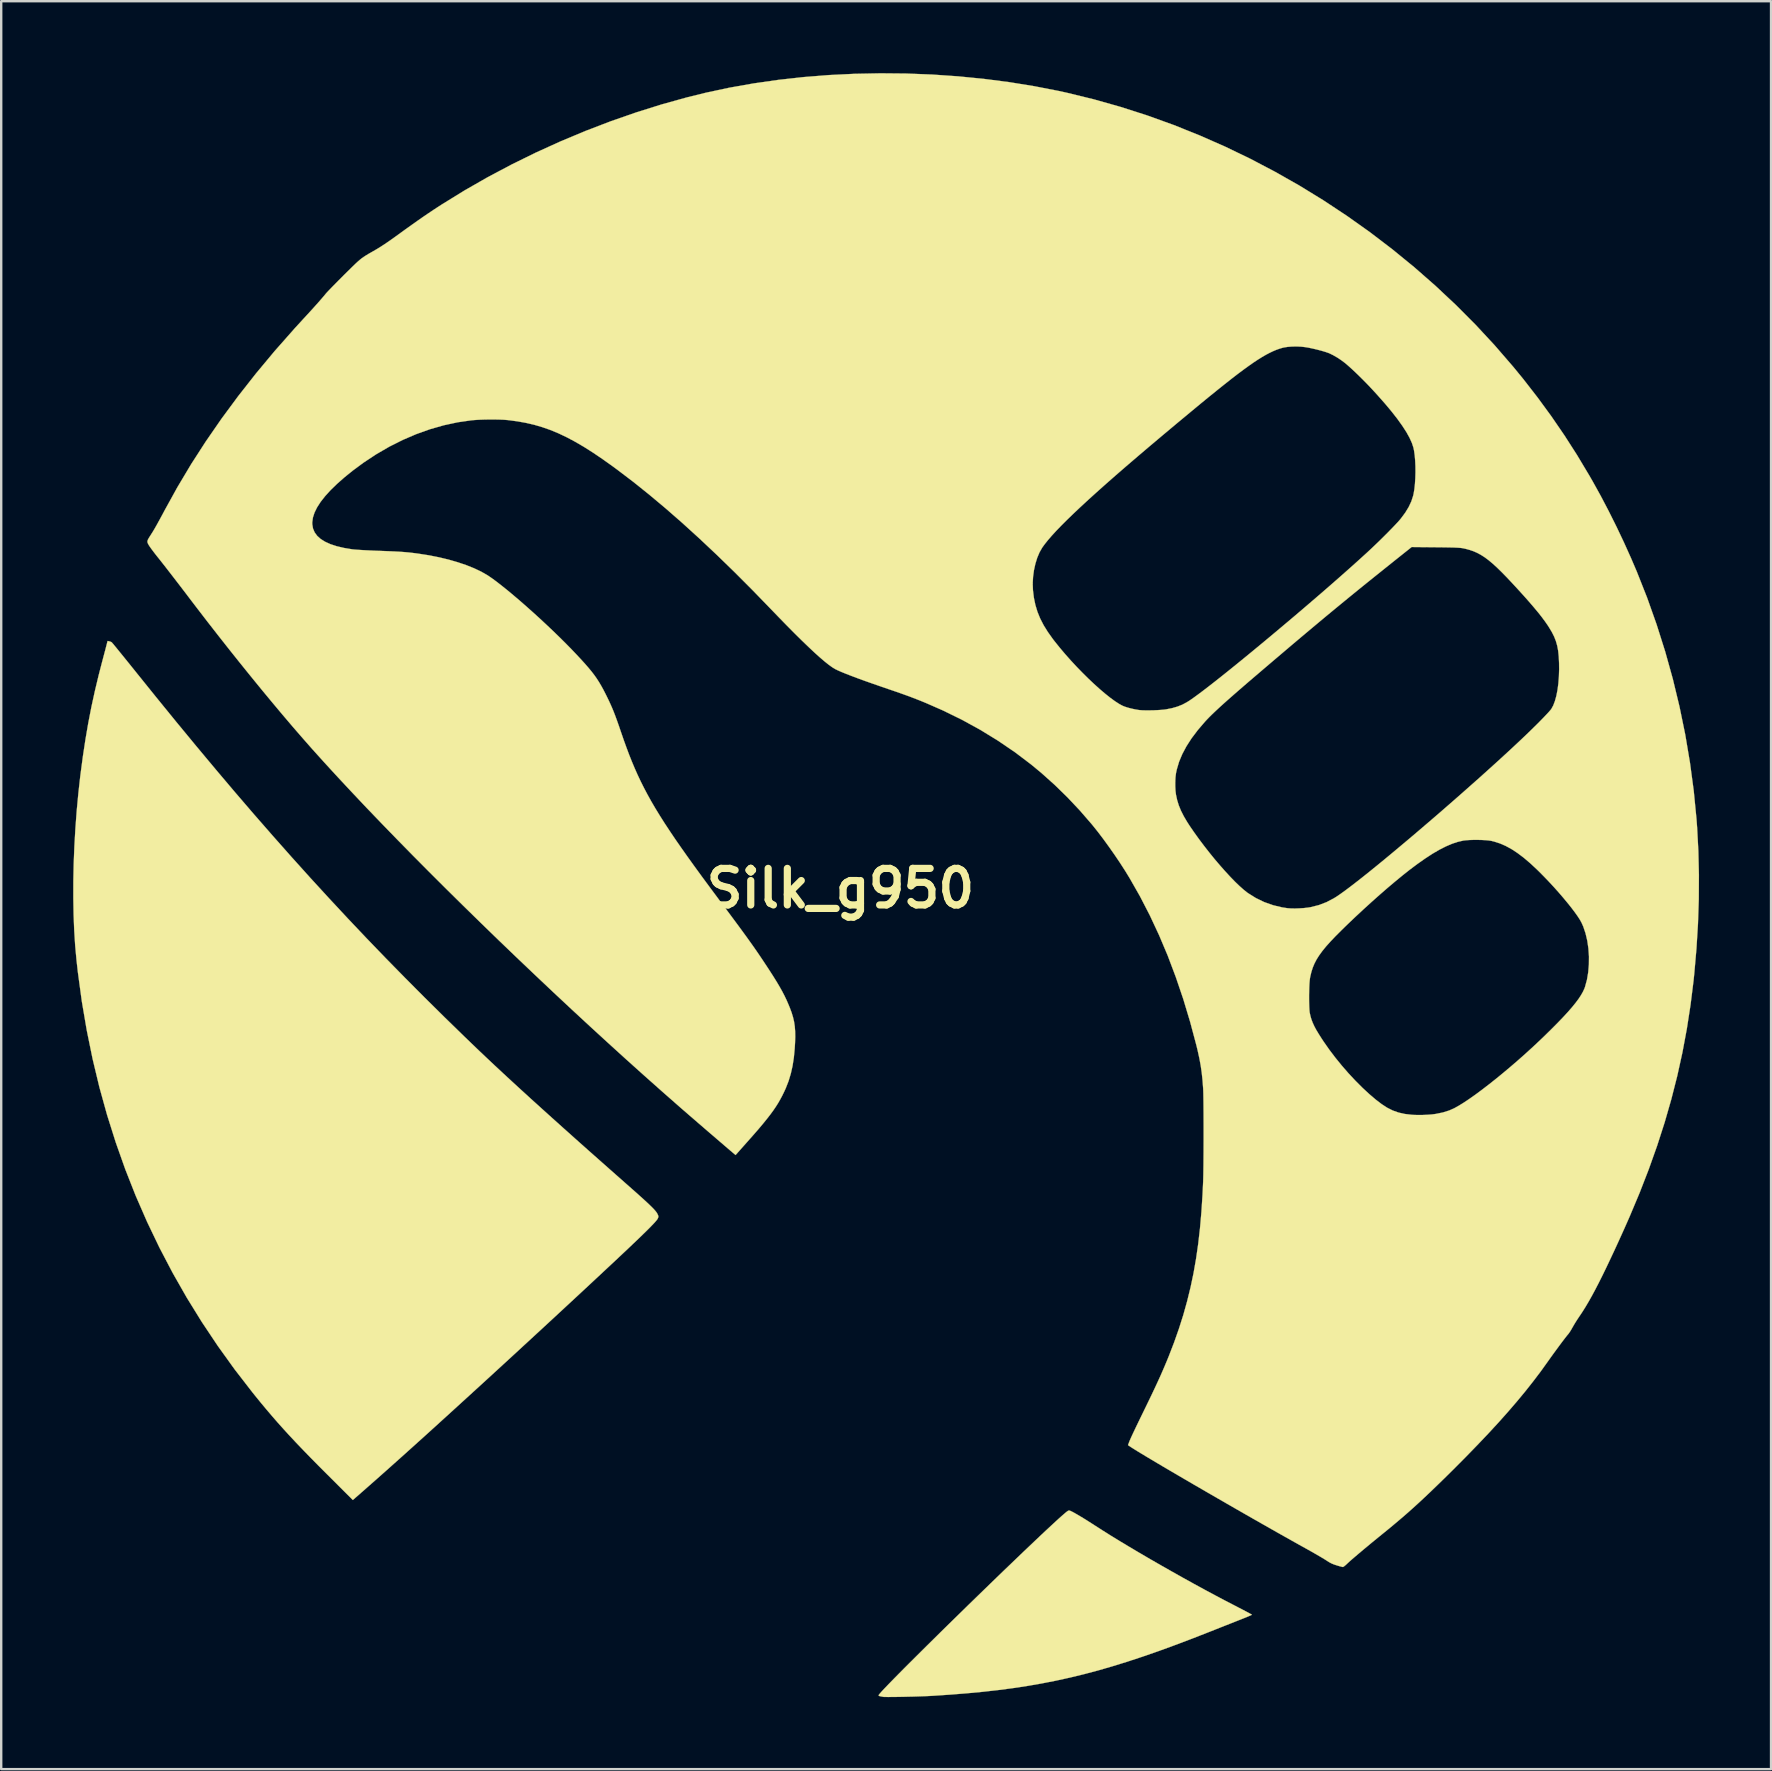
<source format=kicad_pcb>
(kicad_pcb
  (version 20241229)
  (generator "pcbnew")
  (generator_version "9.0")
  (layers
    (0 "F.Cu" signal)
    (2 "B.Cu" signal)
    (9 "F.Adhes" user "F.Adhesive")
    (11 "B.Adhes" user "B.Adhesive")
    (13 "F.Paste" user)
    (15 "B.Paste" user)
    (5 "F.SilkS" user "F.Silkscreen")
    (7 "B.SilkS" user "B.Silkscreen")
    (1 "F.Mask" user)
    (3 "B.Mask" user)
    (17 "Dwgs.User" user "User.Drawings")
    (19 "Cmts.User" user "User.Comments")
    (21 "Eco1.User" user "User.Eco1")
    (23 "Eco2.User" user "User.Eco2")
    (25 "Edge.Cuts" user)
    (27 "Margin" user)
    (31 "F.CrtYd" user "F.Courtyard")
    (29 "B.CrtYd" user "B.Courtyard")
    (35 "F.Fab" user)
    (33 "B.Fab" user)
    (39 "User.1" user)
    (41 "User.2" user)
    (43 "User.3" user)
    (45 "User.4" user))
  (footprint "F.Silk_g950"
    (layer "F.Cu")
    (at 30.955 33.969)
    (property "Reference" "F.Silk_g950" (at 0 0 0) (layer "F.SilkS") (effects (font (size 1.524 1.524) (thickness 0.3))))
    (attr through_hole)
    (fp_poly (pts (xy 10.568 25.927) (xy 10.583 25.932) (xy 10.643 25.959) (xy 10.734 26.006) (xy 10.85 26.072) (xy 10.989 26.153) (xy 11.144 26.247) (xy 11.311 26.351) (xy 11.487 26.463) (xy 11.609 26.542) (xy 11.924 26.744) (xy 12.272 26.963) (xy 12.65 27.195) (xy 13.053 27.437) (xy 13.476 27.688) (xy 13.915 27.945) (xy 14.366 28.204) (xy 14.825 28.465) (xy 15.286 28.724) (xy 15.746 28.979) (xy 16.201 29.227) (xy 16.645 29.465) (xy 17.074 29.692) (xy 17.434 29.878) (xy 17.595 29.962) (xy 17.744 30.039) (xy 17.877 30.109) (xy 17.989 30.168) (xy 18.076 30.215) (xy 18.134 30.248) (xy 18.16 30.264) (xy 18.161 30.265) (xy 18.142 30.277) (xy 18.089 30.301) (xy 18.009 30.336) (xy 17.905 30.379) (xy 17.784 30.427) (xy 17.722 30.452) (xy 17.605 30.498) (xy 17.456 30.557) (xy 17.281 30.626) (xy 17.088 30.702) (xy 16.883 30.783) (xy 16.674 30.866) (xy 16.468 30.948) (xy 16.394 30.977) (xy 15.655 31.266) (xy 14.949 31.533) (xy 14.27 31.781) (xy 13.617 32.008) (xy 12.984 32.217) (xy 12.367 32.408) (xy 11.764 32.583) (xy 11.169 32.741) (xy 10.58 32.884) (xy 9.992 33.013) (xy 9.401 33.129) (xy 8.803 33.233) (xy 8.196 33.325) (xy 7.574 33.406) (xy 6.934 33.478) (xy 6.272 33.54) (xy 5.584 33.595) (xy 4.866 33.643) (xy 4.826 33.645) (xy 4.704 33.652) (xy 4.559 33.658) (xy 4.395 33.664) (xy 4.216 33.67) (xy 4.029 33.676) (xy 3.839 33.68) (xy 3.65 33.685) (xy 3.467 33.688) (xy 3.296 33.691) (xy 3.142 33.692) (xy 3.01 33.693) (xy 2.904 33.692) (xy 2.831 33.691) (xy 2.794 33.687) (xy 2.794 33.687) (xy 2.753 33.678) (xy 2.693 33.668) (xy 2.683 33.666) (xy 2.629 33.65) (xy 2.604 33.628) (xy 2.603 33.624) (xy 2.619 33.598) (xy 2.663 33.544) (xy 2.734 33.463) (xy 2.832 33.358) (xy 2.954 33.23) (xy 3.099 33.08) (xy 3.265 32.91) (xy 3.45 32.722) (xy 3.654 32.516) (xy 3.875 32.295) (xy 4.111 32.06) (xy 4.36 31.812) (xy 4.621 31.553) (xy 4.893 31.285) (xy 5.173 31.008) (xy 5.461 30.725) (xy 5.754 30.438) (xy 6.052 30.147) (xy 6.352 29.853) (xy 6.653 29.56) (xy 6.954 29.268) (xy 7.253 28.978) (xy 7.548 28.692) (xy 7.838 28.412) (xy 8.122 28.14) (xy 8.397 27.876) (xy 8.662 27.622) (xy 8.917 27.38) (xy 9.158 27.151) (xy 9.384 26.937) (xy 9.595 26.739) (xy 9.788 26.56) (xy 9.962 26.399) (xy 10.115 26.259) (xy 10.246 26.142) (xy 10.354 26.049) (xy 10.394 26.014) (xy 10.459 25.962) (xy 10.503 25.933) (xy 10.536 25.923) (xy 10.568 25.927)) (stroke (width 0.01) (type solid)) (fill yes) (layer "F.SilkS"))
    (fp_poly (pts (xy -29.456 -10.297) (xy -29.397 -10.279) (xy -29.354 -10.259) (xy -29.335 -10.238) (xy -29.292 -10.188) (xy -29.227 -10.109) (xy -29.142 -10.006) (xy -29.04 -9.88) (xy -28.922 -9.735) (xy -28.791 -9.573) (xy -28.648 -9.396) (xy -28.497 -9.208) (xy -28.369 -9.049) (xy -27.506 -7.977) (xy -26.662 -6.94) (xy -25.833 -5.935) (xy -25.018 -4.959) (xy -24.215 -4.01) (xy -23.421 -3.086) (xy -22.633 -2.184) (xy -21.851 -1.301) (xy -21.071 -0.435) (xy -20.291 0.416) (xy -19.509 1.256) (xy -18.723 2.086) (xy -17.93 2.909) (xy -17.128 3.727) (xy -16.315 4.544) (xy -15.489 5.361) (xy -14.647 6.181) (xy -14.35 6.467) (xy -14.045 6.76) (xy -13.726 7.062) (xy -13.393 7.376) (xy -13.043 7.702) (xy -12.675 8.042) (xy -12.289 8.396) (xy -11.882 8.768) (xy -11.453 9.156) (xy -11.002 9.563) (xy -10.525 9.991) (xy -10.023 10.44) (xy -9.494 10.911) (xy -8.935 11.406) (xy -8.347 11.926) (xy -7.938 12.287) (xy -7.699 12.498) (xy -7.491 12.682) (xy -7.311 12.844) (xy -7.157 12.983) (xy -7.027 13.103) (xy -6.919 13.206) (xy -6.83 13.293) (xy -6.759 13.366) (xy -6.704 13.428) (xy -6.662 13.48) (xy -6.631 13.525) (xy -6.613 13.558) (xy -6.583 13.622) (xy -6.571 13.665) (xy -6.575 13.702) (xy -6.593 13.749) (xy -6.611 13.782) (xy -6.645 13.828) (xy -6.695 13.887) (xy -6.763 13.962) (xy -6.85 14.053) (xy -6.956 14.162) (xy -7.083 14.288) (xy -7.233 14.434) (xy -7.405 14.601) (xy -7.602 14.788) (xy -7.823 14.999) (xy -8.072 15.233) (xy -8.347 15.492) (xy -8.652 15.777) (xy -8.986 16.089) (xy -9.155 16.246) (xy -9.779 16.827) (xy -10.4 17.403) (xy -11.017 17.975) (xy -11.628 18.539) (xy -12.231 19.095) (xy -12.824 19.641) (xy -13.407 20.176) (xy -13.977 20.698) (xy -14.533 21.206) (xy -15.073 21.698) (xy -15.595 22.173) (xy -16.098 22.63) (xy -16.581 23.066) (xy -17.042 23.481) (xy -17.478 23.872) (xy -17.889 24.239) (xy -18.273 24.58) (xy -18.629 24.894) (xy -18.694 24.951) (xy -19.302 25.485) (xy -20.379 24.41) (xy -20.737 24.052) (xy -21.067 23.717) (xy -21.373 23.402) (xy -21.658 23.104) (xy -21.926 22.818) (xy -22.18 22.54) (xy -22.425 22.267) (xy -22.663 21.993) (xy -22.899 21.716) (xy -23.136 21.431) (xy -23.377 21.135) (xy -23.488 20.997) (xy -24.228 20.04) (xy -24.93 19.063) (xy -25.595 18.067) (xy -26.222 17.053) (xy -26.811 16.019) (xy -27.361 14.968) (xy -27.874 13.898) (xy -28.349 12.81) (xy -28.785 11.704) (xy -29.183 10.58) (xy -29.543 9.439) (xy -29.864 8.281) (xy -30.146 7.105) (xy -30.39 5.912) (xy -30.596 4.703) (xy -30.762 3.477) (xy -30.817 2.985) (xy -30.872 2.388) (xy -30.912 1.756) (xy -30.938 1.094) (xy -30.95 0.407) (xy -30.949 -0.301) (xy -30.934 -1.023) (xy -30.905 -1.757) (xy -30.863 -2.495) (xy -30.808 -3.235) (xy -30.739 -3.97) (xy -30.658 -4.696) (xy -30.648 -4.773) (xy -30.55 -5.51) (xy -30.443 -6.214) (xy -30.326 -6.895) (xy -30.196 -7.563) (xy -30.051 -8.227) (xy -29.891 -8.895) (xy -29.761 -9.398) (xy -29.719 -9.556) (xy -29.678 -9.711) (xy -29.64 -9.855) (xy -29.607 -9.979) (xy -29.582 -10.077) (xy -29.567 -10.135) (xy -29.522 -10.31) (xy -29.456 -10.297)) (stroke (width 0.01) (type solid)) (fill yes) (layer "F.SilkS"))
    (fp_poly (pts (xy 3.763 -33.954) (xy 4.842 -33.912) (xy 5.917 -33.838) (xy 6.984 -33.733) (xy 8.04 -33.597) (xy 9.081 -33.429) (xy 10.103 -33.23) (xy 10.446 -33.155) (xy 11.572 -32.88) (xy 12.69 -32.564) (xy 13.797 -32.209) (xy 14.893 -31.814) (xy 15.975 -31.38) (xy 17.043 -30.91) (xy 18.096 -30.402) (xy 19.132 -29.858) (xy 20.15 -29.28) (xy 21.148 -28.667) (xy 22.126 -28.02) (xy 23.082 -27.341) (xy 24.014 -26.63) (xy 24.922 -25.888) (xy 25.804 -25.115) (xy 26.659 -24.313) (xy 27.485 -23.483) (xy 28.282 -22.624) (xy 29.047 -21.739) (xy 29.455 -21.241) (xy 30.063 -20.459) (xy 30.638 -19.673) (xy 31.185 -18.875) (xy 31.71 -18.056) (xy 32.219 -17.206) (xy 32.37 -16.944) (xy 32.699 -16.35) (xy 33.027 -15.724) (xy 33.35 -15.077) (xy 33.662 -14.42) (xy 33.958 -13.763) (xy 34.195 -13.21) (xy 34.629 -12.113) (xy 35.024 -10.999) (xy 35.382 -9.869) (xy 35.7 -8.727) (xy 35.978 -7.574) (xy 36.217 -6.412) (xy 36.414 -5.243) (xy 36.571 -4.071) (xy 36.686 -2.896) (xy 36.713 -2.529) (xy 36.764 -1.559) (xy 36.787 -0.564) (xy 36.782 0.449) (xy 36.748 1.475) (xy 36.685 2.507) (xy 36.595 3.539) (xy 36.564 3.842) (xy 36.438 4.854) (xy 36.284 5.851) (xy 36.1 6.835) (xy 35.885 7.811) (xy 35.638 8.782) (xy 35.359 9.752) (xy 35.046 10.723) (xy 34.698 11.701) (xy 34.315 12.688) (xy 33.895 13.687) (xy 33.676 14.182) (xy 33.466 14.646) (xy 33.27 15.073) (xy 33.086 15.465) (xy 32.915 15.825) (xy 32.755 16.153) (xy 32.604 16.454) (xy 32.461 16.729) (xy 32.326 16.98) (xy 32.197 17.209) (xy 32.073 17.419) (xy 31.953 17.612) (xy 31.835 17.791) (xy 31.799 17.843) (xy 31.724 17.955) (xy 31.646 18.078) (xy 31.575 18.196) (xy 31.521 18.29) (xy 31.469 18.382) (xy 31.416 18.468) (xy 31.37 18.536) (xy 31.347 18.565) (xy 31.303 18.617) (xy 31.238 18.699) (xy 31.156 18.805) (xy 31.061 18.931) (xy 30.957 19.071) (xy 30.846 19.222) (xy 30.733 19.376) (xy 30.621 19.531) (xy 30.515 19.68) (xy 30.459 19.759) (xy 30.175 20.154) (xy 29.871 20.554) (xy 29.547 20.963) (xy 29.2 21.382) (xy 28.829 21.813) (xy 28.432 22.258) (xy 28.008 22.718) (xy 27.553 23.197) (xy 27.068 23.696) (xy 26.55 24.217) (xy 26.487 24.279) (xy 26.165 24.597) (xy 25.866 24.888) (xy 25.588 25.156) (xy 25.324 25.405) (xy 25.072 25.639) (xy 24.825 25.863) (xy 24.58 26.08) (xy 24.331 26.294) (xy 24.076 26.509) (xy 23.808 26.731) (xy 23.558 26.934) (xy 23.363 27.093) (xy 23.168 27.252) (xy 22.979 27.409) (xy 22.798 27.559) (xy 22.63 27.701) (xy 22.478 27.83) (xy 22.346 27.943) (xy 22.238 28.038) (xy 22.158 28.111) (xy 22.132 28.136) (xy 22.066 28.197) (xy 22.007 28.245) (xy 21.965 28.273) (xy 21.952 28.277) (xy 21.919 28.271) (xy 21.855 28.254) (xy 21.77 28.231) (xy 21.695 28.208) (xy 21.576 28.169) (xy 21.476 28.127) (xy 21.378 28.075) (xy 21.266 28.003) (xy 21.261 28) (xy 21.192 27.956) (xy 21.091 27.895) (xy 20.966 27.821) (xy 20.821 27.737) (xy 20.664 27.647) (xy 20.5 27.555) (xy 20.384 27.49) (xy 20.12 27.344) (xy 19.837 27.185) (xy 19.536 27.016) (xy 19.22 26.838) (xy 18.891 26.651) (xy 18.551 26.458) (xy 18.203 26.26) (xy 17.849 26.057) (xy 17.491 25.852) (xy 17.132 25.646) (xy 16.774 25.439) (xy 16.419 25.234) (xy 16.069 25.031) (xy 15.727 24.833) (xy 15.395 24.639) (xy 15.076 24.453) (xy 14.771 24.274) (xy 14.483 24.105) (xy 14.215 23.946) (xy 13.968 23.799) (xy 13.745 23.666) (xy 13.548 23.547) (xy 13.379 23.444) (xy 13.241 23.359) (xy 13.137 23.292) (xy 13.087 23.259) (xy 12.998 23.198) (xy 13.027 23.119) (xy 13.048 23.063) (xy 13.077 22.992) (xy 13.116 22.903) (xy 13.166 22.794) (xy 13.228 22.661) (xy 13.304 22.502) (xy 13.394 22.314) (xy 13.5 22.095) (xy 13.624 21.841) (xy 13.675 21.736) (xy 13.839 21.399) (xy 13.986 21.094) (xy 14.117 20.817) (xy 14.235 20.563) (xy 14.343 20.327) (xy 14.441 20.104) (xy 14.533 19.89) (xy 14.621 19.68) (xy 14.697 19.494) (xy 14.92 18.916) (xy 15.121 18.344) (xy 15.302 17.774) (xy 15.462 17.202) (xy 15.604 16.624) (xy 15.728 16.035) (xy 15.834 15.431) (xy 15.924 14.807) (xy 15.998 14.159) (xy 16.057 13.482) (xy 16.103 12.773) (xy 16.129 12.224) (xy 16.133 12.087) (xy 16.137 11.917) (xy 16.14 11.719) (xy 16.143 11.496) (xy 16.145 11.254) (xy 16.147 10.996) (xy 16.148 10.727) (xy 16.149 10.452) (xy 16.149 10.175) (xy 16.149 9.9) (xy 16.148 9.632) (xy 16.147 9.375) (xy 16.145 9.134) (xy 16.143 8.913) (xy 16.14 8.717) (xy 16.137 8.549) (xy 16.133 8.415) (xy 16.128 8.319) (xy 16.128 8.319) (xy 16.103 7.988) (xy 16.07 7.679) (xy 16.027 7.38) (xy 15.971 7.078) (xy 15.901 6.758) (xy 15.851 6.551) (xy 15.588 5.564) (xy 15.304 4.622) (xy 20.543 4.622) (xy 20.545 4.788) (xy 20.55 4.938) (xy 20.557 5.065) (xy 20.566 5.16) (xy 20.571 5.186) (xy 20.602 5.326) (xy 20.642 5.461) (xy 20.693 5.596) (xy 20.758 5.738) (xy 20.84 5.892) (xy 20.943 6.063) (xy 21.067 6.259) (xy 21.148 6.382) (xy 21.381 6.715) (xy 21.635 7.05) (xy 21.904 7.381) (xy 22.185 7.704) (xy 22.472 8.012) (xy 22.761 8.302) (xy 23.047 8.567) (xy 23.325 8.804) (xy 23.569 8.99) (xy 23.798 9.139) (xy 24.03 9.255) (xy 24.273 9.341) (xy 24.533 9.399) (xy 24.821 9.433) (xy 24.903 9.438) (xy 25.084 9.443) (xy 25.279 9.441) (xy 25.474 9.433) (xy 25.656 9.419) (xy 25.81 9.399) (xy 25.813 9.399) (xy 26.116 9.337) (xy 26.384 9.253) (xy 26.593 9.16) (xy 26.778 9.057) (xy 26.99 8.926) (xy 27.225 8.769) (xy 27.48 8.589) (xy 27.752 8.387) (xy 28.038 8.167) (xy 28.336 7.931) (xy 28.641 7.681) (xy 28.951 7.42) (xy 29.264 7.15) (xy 29.575 6.874) (xy 29.883 6.593) (xy 30.183 6.311) (xy 30.352 6.149) (xy 30.642 5.864) (xy 30.901 5.603) (xy 31.13 5.365) (xy 31.33 5.148) (xy 31.503 4.949) (xy 31.65 4.768) (xy 31.774 4.602) (xy 31.874 4.449) (xy 31.954 4.308) (xy 32.015 4.177) (xy 32.042 4.102) (xy 32.122 3.809) (xy 32.175 3.495) (xy 32.203 3.168) (xy 32.206 2.835) (xy 32.183 2.503) (xy 32.136 2.181) (xy 32.064 1.874) (xy 31.969 1.591) (xy 31.897 1.429) (xy 31.828 1.304) (xy 31.731 1.155) (xy 31.609 0.984) (xy 31.466 0.795) (xy 31.304 0.593) (xy 31.127 0.38) (xy 30.938 0.161) (xy 30.74 -0.061) (xy 30.536 -0.281) (xy 30.329 -0.497) (xy 30.123 -0.705) (xy 30.038 -0.788) (xy 29.754 -1.052) (xy 29.485 -1.281) (xy 29.227 -1.475) (xy 28.979 -1.638) (xy 28.736 -1.77) (xy 28.496 -1.874) (xy 28.254 -1.952) (xy 28.131 -1.982) (xy 28.029 -1.998) (xy 27.895 -2.01) (xy 27.739 -2.018) (xy 27.571 -2.022) (xy 27.401 -2.022) (xy 27.239 -2.017) (xy 27.096 -2.008) (xy 26.981 -1.995) (xy 26.966 -1.992) (xy 26.737 -1.939) (xy 26.497 -1.859) (xy 26.243 -1.75) (xy 25.973 -1.613) (xy 25.687 -1.446) (xy 25.381 -1.247) (xy 25.053 -1.016) (xy 24.733 -0.776) (xy 24.45 -0.552) (xy 24.144 -0.301) (xy 23.821 -0.028) (xy 23.485 0.264) (xy 23.141 0.57) (xy 22.795 0.885) (xy 22.452 1.205) (xy 22.116 1.525) (xy 21.88 1.756) (xy 21.638 1.998) (xy 21.428 2.22) (xy 21.246 2.423) (xy 21.092 2.613) (xy 20.962 2.792) (xy 20.854 2.964) (xy 20.766 3.133) (xy 20.696 3.303) (xy 20.64 3.477) (xy 20.596 3.659) (xy 20.58 3.746) (xy 20.568 3.839) (xy 20.558 3.963) (xy 20.551 4.111) (xy 20.546 4.276) (xy 20.543 4.449) (xy 20.543 4.622) (xy 15.304 4.622) (xy 15.301 4.611) (xy 14.989 3.692) (xy 14.654 2.804) (xy 14.292 1.947) (xy 13.906 1.12) (xy 13.493 0.321) (xy 13.069 -0.423) (xy 12.877 -0.737) (xy 12.664 -1.067) (xy 12.436 -1.405) (xy 12.2 -1.741) (xy 11.963 -2.067) (xy 11.73 -2.373) (xy 11.508 -2.65) (xy 11.489 -2.673) (xy 10.996 -3.242) (xy 10.478 -3.792) (xy 10.006 -4.253) (xy 14.967 -4.253) (xy 14.977 -4.066) (xy 14.997 -3.904) (xy 14.998 -3.903) (xy 15.046 -3.679) (xy 15.114 -3.46) (xy 15.204 -3.24) (xy 15.32 -3.011) (xy 15.464 -2.766) (xy 15.568 -2.605) (xy 15.756 -2.331) (xy 15.956 -2.053) (xy 16.166 -1.774) (xy 16.382 -1.498) (xy 16.601 -1.228) (xy 16.821 -0.969) (xy 17.038 -0.723) (xy 17.249 -0.494) (xy 17.45 -0.286) (xy 17.64 -0.103) (xy 17.814 0.052) (xy 17.969 0.176) (xy 17.999 0.197) (xy 18.325 0.401) (xy 18.672 0.569) (xy 19.036 0.699) (xy 19.415 0.79) (xy 19.643 0.825) (xy 19.784 0.835) (xy 19.953 0.838) (xy 20.136 0.832) (xy 20.32 0.82) (xy 20.491 0.801) (xy 20.603 0.783) (xy 20.944 0.697) (xy 21.268 0.574) (xy 21.578 0.411) (xy 21.695 0.338) (xy 21.854 0.229) (xy 22.043 0.093) (xy 22.258 -0.068) (xy 22.498 -0.253) (xy 22.761 -0.459) (xy 23.044 -0.685) (xy 23.345 -0.929) (xy 23.663 -1.189) (xy 23.995 -1.464) (xy 24.339 -1.752) (xy 24.694 -2.05) (xy 25.056 -2.357) (xy 25.424 -2.672) (xy 25.796 -2.991) (xy 26.17 -3.315) (xy 26.543 -3.64) (xy 26.913 -3.965) (xy 27.279 -4.289) (xy 27.639 -4.608) (xy 27.989 -4.923) (xy 28.329 -5.23) (xy 28.655 -5.528) (xy 28.967 -5.815) (xy 29.261 -6.09) (xy 29.536 -6.35) (xy 29.79 -6.595) (xy 30.02 -6.821) (xy 30.078 -6.878) (xy 30.199 -7.001) (xy 30.315 -7.12) (xy 30.419 -7.23) (xy 30.509 -7.326) (xy 30.579 -7.405) (xy 30.625 -7.46) (xy 30.636 -7.475) (xy 30.716 -7.62) (xy 30.786 -7.803) (xy 30.846 -8.018) (xy 30.894 -8.263) (xy 30.93 -8.532) (xy 30.953 -8.822) (xy 30.963 -9.129) (xy 30.96 -9.397) (xy 30.947 -9.664) (xy 30.923 -9.898) (xy 30.884 -10.108) (xy 30.829 -10.303) (xy 30.755 -10.492) (xy 30.658 -10.684) (xy 30.536 -10.887) (xy 30.486 -10.965) (xy 30.374 -11.126) (xy 30.242 -11.304) (xy 30.088 -11.499) (xy 29.909 -11.714) (xy 29.705 -11.951) (xy 29.474 -12.212) (xy 29.214 -12.498) (xy 29.028 -12.699) (xy 28.79 -12.953) (xy 28.573 -13.175) (xy 28.376 -13.368) (xy 28.194 -13.534) (xy 28.024 -13.676) (xy 27.863 -13.796) (xy 27.707 -13.896) (xy 27.554 -13.979) (xy 27.4 -14.047) (xy 27.241 -14.102) (xy 27.075 -14.148) (xy 26.955 -14.174) (xy 26.906 -14.182) (xy 26.845 -14.189) (xy 26.77 -14.195) (xy 26.676 -14.2) (xy 26.559 -14.205) (xy 26.416 -14.208) (xy 26.242 -14.211) (xy 26.033 -14.214) (xy 25.802 -14.216) (xy 24.818 -14.225) (xy 24.532 -13.998) (xy 24.098 -13.652) (xy 23.692 -13.327) (xy 23.308 -13.019) (xy 22.942 -12.725) (xy 22.591 -12.441) (xy 22.25 -12.163) (xy 21.914 -11.888) (xy 21.58 -11.613) (xy 21.243 -11.334) (xy 20.899 -11.047) (xy 20.544 -10.75) (xy 20.173 -10.438) (xy 19.782 -10.108) (xy 19.368 -9.756) (xy 18.997 -9.441) (xy 18.651 -9.146) (xy 18.335 -8.876) (xy 18.048 -8.631) (xy 17.788 -8.407) (xy 17.554 -8.204) (xy 17.344 -8.02) (xy 17.155 -7.854) (xy 16.986 -7.703) (xy 16.835 -7.566) (xy 16.701 -7.442) (xy 16.581 -7.329) (xy 16.474 -7.226) (xy 16.378 -7.13) (xy 16.291 -7.04) (xy 16.212 -6.955) (xy 16.196 -6.937) (xy 15.901 -6.592) (xy 15.646 -6.254) (xy 15.433 -5.923) (xy 15.26 -5.598) (xy 15.126 -5.278) (xy 15.032 -4.962) (xy 14.997 -4.797) (xy 14.977 -4.635) (xy 14.967 -4.448) (xy 14.967 -4.253) (xy 10.006 -4.253) (xy 9.941 -4.316) (xy 9.392 -4.808) (xy 8.967 -5.16) (xy 8.29 -5.673) (xy 7.583 -6.154) (xy 6.848 -6.605) (xy 6.084 -7.025) (xy 5.292 -7.413) (xy 4.604 -7.715) (xy 4.395 -7.802) (xy 4.193 -7.882) (xy 3.991 -7.96) (xy 3.781 -8.038) (xy 3.555 -8.119) (xy 3.304 -8.207) (xy 3.031 -8.3) (xy 2.665 -8.426) (xy 2.323 -8.545) (xy 2.009 -8.656) (xy 1.724 -8.76) (xy 1.47 -8.856) (xy 1.248 -8.942) (xy 1.061 -9.018) (xy 0.911 -9.084) (xy 0.802 -9.137) (xy 0.682 -9.209) (xy 0.535 -9.314) (xy 0.363 -9.451) (xy 0.164 -9.621) (xy -0.061 -9.823) (xy -0.311 -10.058) (xy -0.587 -10.324) (xy -0.889 -10.622) (xy -1.216 -10.952) (xy -1.568 -11.313) (xy -1.864 -11.62) (xy -2.636 -12.417) (xy -2.924 -12.706) (xy 9.027 -12.706) (xy 9.037 -12.435) (xy 9.037 -12.431) (xy 9.075 -12.115) (xy 9.137 -11.817) (xy 9.223 -11.53) (xy 9.337 -11.249) (xy 9.481 -10.969) (xy 9.658 -10.684) (xy 9.869 -10.387) (xy 9.942 -10.293) (xy 10.154 -10.029) (xy 10.379 -9.763) (xy 10.614 -9.498) (xy 10.855 -9.238) (xy 11.1 -8.986) (xy 11.344 -8.744) (xy 11.586 -8.516) (xy 11.821 -8.304) (xy 12.047 -8.112) (xy 12.26 -7.942) (xy 12.458 -7.798) (xy 12.636 -7.683) (xy 12.766 -7.613) (xy 12.863 -7.573) (xy 12.991 -7.532) (xy 13.136 -7.494) (xy 13.287 -7.461) (xy 13.433 -7.436) (xy 13.473 -7.431) (xy 13.584 -7.422) (xy 13.726 -7.418) (xy 13.889 -7.418) (xy 14.061 -7.421) (xy 14.231 -7.429) (xy 14.389 -7.439) (xy 14.522 -7.452) (xy 14.584 -7.461) (xy 14.836 -7.511) (xy 15.057 -7.575) (xy 15.259 -7.655) (xy 15.45 -7.757) (xy 15.57 -7.832) (xy 15.723 -7.939) (xy 15.906 -8.072) (xy 16.117 -8.23) (xy 16.352 -8.41) (xy 16.61 -8.611) (xy 16.888 -8.831) (xy 17.186 -9.069) (xy 17.499 -9.322) (xy 17.826 -9.588) (xy 18.166 -9.867) (xy 18.515 -10.155) (xy 18.871 -10.451) (xy 19.233 -10.754) (xy 19.598 -11.061) (xy 19.964 -11.37) (xy 20.329 -11.681) (xy 20.69 -11.991) (xy 21.046 -12.297) (xy 21.394 -12.599) (xy 21.732 -12.895) (xy 22.057 -13.182) (xy 22.369 -13.459) (xy 22.664 -13.725) (xy 22.94 -13.976) (xy 22.966 -14) (xy 23.132 -14.154) (xy 23.304 -14.318) (xy 23.478 -14.485) (xy 23.649 -14.654) (xy 23.813 -14.818) (xy 23.966 -14.974) (xy 24.104 -15.118) (xy 24.223 -15.244) (xy 24.317 -15.35) (xy 24.369 -15.412) (xy 24.551 -15.657) (xy 24.695 -15.894) (xy 24.804 -16.127) (xy 24.88 -16.361) (xy 24.9 -16.449) (xy 24.932 -16.641) (xy 24.955 -16.859) (xy 24.97 -17.095) (xy 24.977 -17.341) (xy 24.975 -17.587) (xy 24.964 -17.825) (xy 24.945 -18.045) (xy 24.918 -18.239) (xy 24.892 -18.365) (xy 24.828 -18.56) (xy 24.729 -18.778) (xy 24.596 -19.018) (xy 24.426 -19.28) (xy 24.222 -19.565) (xy 23.982 -19.872) (xy 23.707 -20.201) (xy 23.396 -20.553) (xy 23.128 -20.845) (xy 22.974 -21.007) (xy 22.81 -21.174) (xy 22.643 -21.34) (xy 22.479 -21.499) (xy 22.323 -21.645) (xy 22.182 -21.772) (xy 22.062 -21.876) (xy 22.038 -21.895) (xy 21.882 -22.012) (xy 21.714 -22.123) (xy 21.547 -22.219) (xy 21.392 -22.295) (xy 21.35 -22.312) (xy 21.222 -22.356) (xy 21.064 -22.403) (xy 20.887 -22.45) (xy 20.704 -22.493) (xy 20.525 -22.531) (xy 20.389 -22.554) (xy 20.214 -22.574) (xy 20.024 -22.582) (xy 19.833 -22.579) (xy 19.651 -22.565) (xy 19.493 -22.54) (xy 19.428 -22.524) (xy 19.301 -22.486) (xy 19.171 -22.439) (xy 19.036 -22.382) (xy 18.894 -22.314) (xy 18.744 -22.235) (xy 18.584 -22.142) (xy 18.412 -22.035) (xy 18.226 -21.912) (xy 18.025 -21.771) (xy 17.807 -21.613) (xy 17.569 -21.435) (xy 17.311 -21.236) (xy 17.031 -21.015) (xy 16.726 -20.771) (xy 16.394 -20.503) (xy 16.035 -20.209) (xy 15.647 -19.888) (xy 15.632 -19.875) (xy 15.025 -19.371) (xy 14.453 -18.892) (xy 13.913 -18.437) (xy 13.406 -18.006) (xy 12.93 -17.598) (xy 12.486 -17.213) (xy 12.073 -16.85) (xy 11.691 -16.509) (xy 11.338 -16.19) (xy 11.015 -15.891) (xy 10.721 -15.613) (xy 10.454 -15.355) (xy 10.216 -15.117) (xy 10.005 -14.898) (xy 9.821 -14.697) (xy 9.663 -14.514) (xy 9.531 -14.349) (xy 9.424 -14.202) (xy 9.422 -14.198) (xy 9.311 -14.004) (xy 9.215 -13.777) (xy 9.138 -13.527) (xy 9.079 -13.259) (xy 9.042 -12.983) (xy 9.027 -12.706) (xy -2.924 -12.706) (xy -3.394 -13.177) (xy -4.137 -13.899) (xy -4.865 -14.584) (xy -5.578 -15.232) (xy -6.275 -15.841) (xy -6.957 -16.412) (xy -7.622 -16.945) (xy -8.272 -17.439) (xy -8.467 -17.583) (xy -8.891 -17.885) (xy -9.291 -18.156) (xy -9.672 -18.398) (xy -10.037 -18.611) (xy -10.39 -18.799) (xy -10.733 -18.962) (xy -11.071 -19.102) (xy -11.408 -19.22) (xy -11.746 -19.319) (xy -12.09 -19.399) (xy -12.443 -19.462) (xy -12.809 -19.511) (xy -12.869 -19.517) (xy -13.02 -19.529) (xy -13.202 -19.536) (xy -13.405 -19.54) (xy -13.62 -19.54) (xy -13.836 -19.536) (xy -14.042 -19.529) (xy -14.229 -19.517) (xy -14.358 -19.506) (xy -14.934 -19.423) (xy -15.511 -19.299) (xy -16.086 -19.135) (xy -16.657 -18.931) (xy -17.222 -18.689) (xy -17.778 -18.41) (xy -18.323 -18.094) (xy -18.855 -17.743) (xy -19.299 -17.415) (xy -19.648 -17.133) (xy -19.958 -16.86) (xy -20.227 -16.599) (xy -20.456 -16.347) (xy -20.645 -16.107) (xy -20.793 -15.877) (xy -20.9 -15.658) (xy -20.967 -15.45) (xy -20.994 -15.253) (xy -20.993 -15.176) (xy -20.963 -14.999) (xy -20.895 -14.838) (xy -20.789 -14.692) (xy -20.644 -14.561) (xy -20.459 -14.445) (xy -20.236 -14.344) (xy -19.974 -14.258) (xy -19.672 -14.187) (xy -19.331 -14.13) (xy -19.324 -14.129) (xy -19.249 -14.121) (xy -19.137 -14.112) (xy -18.995 -14.103) (xy -18.83 -14.093) (xy -18.647 -14.084) (xy -18.454 -14.075) (xy -18.255 -14.067) (xy -18.214 -14.066) (xy -17.956 -14.056) (xy -17.735 -14.047) (xy -17.545 -14.039) (xy -17.378 -14.03) (xy -17.23 -14.02) (xy -17.094 -14.009) (xy -16.964 -13.997) (xy -16.834 -13.982) (xy -16.699 -13.966) (xy -16.563 -13.947) (xy -16.133 -13.88) (xy -15.715 -13.797) (xy -15.314 -13.701) (xy -14.934 -13.591) (xy -14.578 -13.471) (xy -14.251 -13.34) (xy -13.958 -13.201) (xy -13.702 -13.055) (xy -13.684 -13.044) (xy -13.514 -12.928) (xy -13.319 -12.785) (xy -13.102 -12.616) (xy -12.865 -12.426) (xy -12.613 -12.216) (xy -12.348 -11.991) (xy -12.075 -11.752) (xy -11.796 -11.503) (xy -11.514 -11.247) (xy -11.234 -10.986) (xy -10.958 -10.725) (xy -10.69 -10.465) (xy -10.432 -10.209) (xy -10.189 -9.961) (xy -10.007 -9.77) (xy -9.809 -9.558) (xy -9.637 -9.369) (xy -9.489 -9.199) (xy -9.359 -9.042) (xy -9.244 -8.893) (xy -9.141 -8.747) (xy -9.045 -8.598) (xy -8.952 -8.441) (xy -8.859 -8.271) (xy -8.762 -8.082) (xy -8.707 -7.97) (xy -8.63 -7.811) (xy -8.56 -7.659) (xy -8.493 -7.507) (xy -8.428 -7.348) (xy -8.362 -7.176) (xy -8.292 -6.984) (xy -8.215 -6.766) (xy -8.129 -6.513) (xy -8.126 -6.505) (xy -8.015 -6.184) (xy -7.904 -5.876) (xy -7.793 -5.579) (xy -7.678 -5.291) (xy -7.56 -5.01) (xy -7.437 -4.733) (xy -7.307 -4.458) (xy -7.169 -4.183) (xy -7.022 -3.905) (xy -6.865 -3.622) (xy -6.695 -3.332) (xy -6.512 -3.033) (xy -6.315 -2.722) (xy -6.101 -2.397) (xy -5.871 -2.055) (xy -5.621 -1.695) (xy -5.352 -1.314) (xy -5.061 -0.909) (xy -4.748 -0.479) (xy -4.41 -0.021) (xy -4.047 0.467) (xy -4.001 0.529) (xy -3.767 0.842) (xy -3.557 1.125) (xy -3.367 1.381) (xy -3.196 1.612) (xy -3.042 1.823) (xy -2.901 2.016) (xy -2.773 2.195) (xy -2.653 2.363) (xy -2.541 2.523) (xy -2.433 2.679) (xy -2.328 2.834) (xy -2.223 2.99) (xy -2.116 3.152) (xy -2.004 3.322) (xy -1.953 3.4) (xy -1.787 3.658) (xy -1.643 3.889) (xy -1.519 4.099) (xy -1.41 4.293) (xy -1.314 4.478) (xy -1.227 4.66) (xy -1.147 4.845) (xy -1.094 4.974) (xy -1.019 5.175) (xy -0.961 5.366) (xy -0.917 5.554) (xy -0.888 5.747) (xy -0.872 5.953) (xy -0.868 6.179) (xy -0.876 6.432) (xy -0.89 6.668) (xy -0.926 7.048) (xy -0.98 7.396) (xy -1.053 7.72) (xy -1.146 8.027) (xy -1.262 8.324) (xy -1.332 8.477) (xy -1.411 8.638) (xy -1.494 8.793) (xy -1.581 8.945) (xy -1.677 9.097) (xy -1.784 9.254) (xy -1.904 9.418) (xy -2.04 9.593) (xy -2.194 9.784) (xy -2.37 9.994) (xy -2.57 10.225) (xy -2.797 10.482) (xy -2.843 10.534) (xy -3.354 11.11) (xy -3.471 11.011) (xy -3.559 10.937) (xy -3.674 10.838) (xy -3.813 10.719) (xy -3.971 10.583) (xy -4.145 10.434) (xy -4.329 10.276) (xy -4.52 10.112) (xy -4.713 9.945) (xy -4.905 9.78) (xy -5.09 9.619) (xy -5.266 9.468) (xy -5.426 9.328) (xy -5.569 9.205) (xy -5.673 9.114) (xy -6.407 8.469) (xy -7.151 7.808) (xy -7.904 7.132) (xy -8.662 6.443) (xy -9.425 5.744) (xy -10.189 5.037) (xy -10.953 4.323) (xy -11.714 3.604) (xy -12.472 2.883) (xy -13.223 2.162) (xy -13.965 1.442) (xy -14.697 0.726) (xy -15.417 0.015) (xy -16.122 -0.688) (xy -16.81 -1.381) (xy -17.479 -2.063) (xy -18.128 -2.732) (xy -18.754 -3.384) (xy -19.354 -4.02) (xy -19.928 -4.635) (xy -20.473 -5.229) (xy -20.987 -5.799) (xy -21.063 -5.885) (xy -21.437 -6.311) (xy -21.832 -6.767) (xy -22.244 -7.252) (xy -22.67 -7.761) (xy -23.108 -8.29) (xy -23.554 -8.837) (xy -24.005 -9.396) (xy -24.459 -9.965) (xy -24.912 -10.54) (xy -25.362 -11.117) (xy -25.805 -11.693) (xy -26.024 -11.98) (xy -26.264 -12.296) (xy -26.481 -12.58) (xy -26.677 -12.835) (xy -26.853 -13.064) (xy -27.012 -13.269) (xy -27.155 -13.453) (xy -27.284 -13.617) (xy -27.402 -13.766) (xy -27.453 -13.829) (xy -27.543 -13.943) (xy -27.628 -14.055) (xy -27.704 -14.157) (xy -27.764 -14.242) (xy -27.804 -14.303) (xy -27.81 -14.312) (xy -27.842 -14.372) (xy -27.86 -14.421) (xy -27.862 -14.467) (xy -27.848 -14.518) (xy -27.814 -14.584) (xy -27.759 -14.672) (xy -27.722 -14.729) (xy -27.647 -14.848) (xy -27.562 -14.99) (xy -27.465 -15.161) (xy -27.355 -15.361) (xy -27.229 -15.594) (xy -27.136 -15.769) (xy -26.608 -16.725) (xy -26.039 -17.678) (xy -25.427 -18.627) (xy -24.774 -19.572) (xy -24.078 -20.514) (xy -23.341 -21.453) (xy -22.561 -22.389) (xy -21.739 -23.321) (xy -21.357 -23.738) (xy -21.189 -23.92) (xy -21.028 -24.096) (xy -20.877 -24.263) (xy -20.74 -24.417) (xy -20.621 -24.553) (xy -20.523 -24.667) (xy -20.449 -24.756) (xy -20.433 -24.777) (xy -20.398 -24.817) (xy -20.336 -24.883) (xy -20.253 -24.97) (xy -20.152 -25.074) (xy -20.037 -25.191) (xy -19.912 -25.318) (xy -19.782 -25.448) (xy -19.651 -25.58) (xy -19.522 -25.707) (xy -19.4 -25.827) (xy -19.29 -25.935) (xy -19.194 -26.028) (xy -19.117 -26.099) (xy -19.092 -26.122) (xy -19.014 -26.19) (xy -18.937 -26.252) (xy -18.854 -26.311) (xy -18.756 -26.375) (xy -18.637 -26.447) (xy -18.488 -26.532) (xy -18.468 -26.543) (xy -18.325 -26.626) (xy -18.186 -26.71) (xy -18.045 -26.801) (xy -17.893 -26.902) (xy -17.726 -27.018) (xy -17.536 -27.153) (xy -17.399 -27.252) (xy -17.107 -27.464) (xy -16.842 -27.653) (xy -16.599 -27.825) (xy -16.372 -27.983) (xy -16.155 -28.131) (xy -15.941 -28.274) (xy -15.726 -28.414) (xy -15.568 -28.516) (xy -14.637 -29.09) (xy -13.675 -29.64) (xy -12.687 -30.164) (xy -11.677 -30.66) (xy -10.649 -31.127) (xy -9.607 -31.563) (xy -8.555 -31.966) (xy -7.498 -32.334) (xy -6.44 -32.666) (xy -5.384 -32.96) (xy -4.589 -33.156) (xy -3.606 -33.366) (xy -2.598 -33.544) (xy -1.57 -33.691) (xy -0.524 -33.807) (xy 0.536 -33.891) (xy 1.606 -33.943) (xy 2.683 -33.964) (xy 3.763 -33.954)) (stroke (width 0.01) (type solid)) (fill yes) (layer "F.SilkS")))
  (gr_rect
    (start -3 -3)
    (end 70.748 70.667)
    (stroke (width 0.1) (type default))
    (fill no)
    (layer "Edge.Cuts")))
</source>
